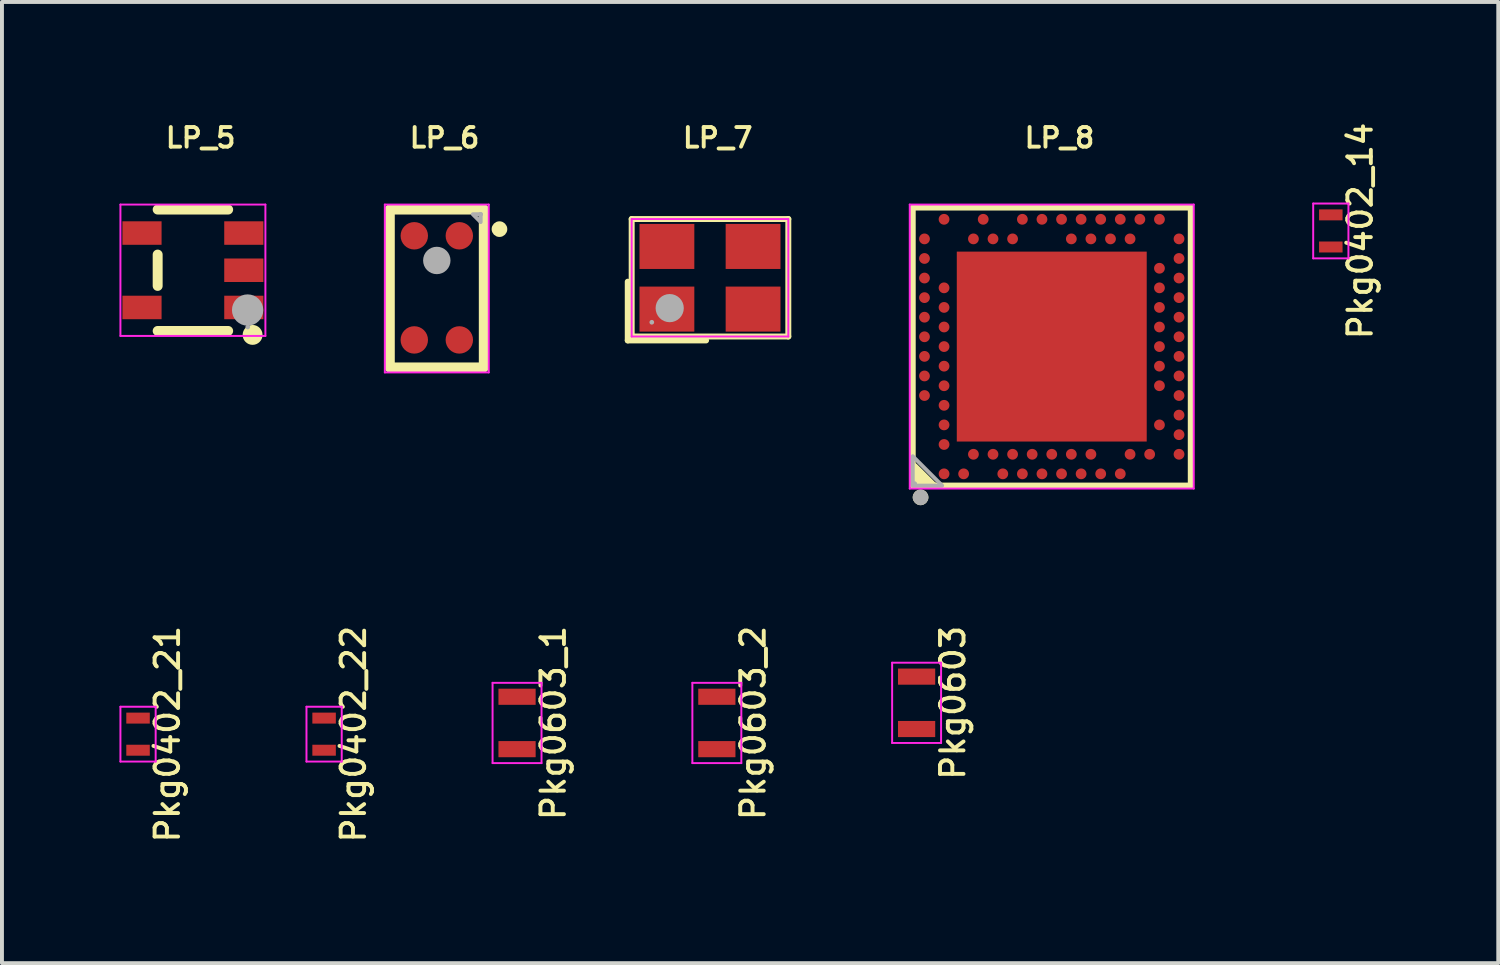
<source format=kicad_pcb>
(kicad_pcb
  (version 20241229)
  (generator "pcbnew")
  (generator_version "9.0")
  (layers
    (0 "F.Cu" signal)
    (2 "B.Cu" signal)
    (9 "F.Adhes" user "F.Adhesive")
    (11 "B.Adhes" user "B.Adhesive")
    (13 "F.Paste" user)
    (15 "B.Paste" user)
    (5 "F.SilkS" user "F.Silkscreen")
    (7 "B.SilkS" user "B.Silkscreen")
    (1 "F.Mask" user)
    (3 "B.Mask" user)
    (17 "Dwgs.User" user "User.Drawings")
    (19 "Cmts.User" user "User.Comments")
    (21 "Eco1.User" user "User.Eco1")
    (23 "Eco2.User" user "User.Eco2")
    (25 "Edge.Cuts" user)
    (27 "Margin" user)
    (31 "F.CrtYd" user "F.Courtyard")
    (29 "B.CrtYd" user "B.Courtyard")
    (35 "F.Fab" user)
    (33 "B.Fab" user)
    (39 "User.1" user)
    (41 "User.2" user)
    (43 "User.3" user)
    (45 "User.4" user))
  (footprint "LP_7"
    (layer "F.Cu")
    (at 15.08 4.043)
    (property "Reference" "LP_7" (at -0.75 -3.575 0) (layer "F.SilkS") (effects (font (size 0.5 0.5) (thickness 0.1)) (justify left)))
    (fp_line (start -2.1 0.1) (end -2.1 1.6) (stroke (width 0.152) (type solid)) (layer "F.SilkS"))
    (fp_line (start -2.1 1.6) (end -0.1 1.6) (stroke (width 0.152) (type solid)) (layer "F.SilkS"))
    (fp_line (start -2 -1.5) (end 2 -1.5) (stroke (width 0.152) (type solid)) (layer "F.SilkS"))
    (fp_line (start -2 1.5) (end -2 -1.5) (stroke (width 0.152) (type solid)) (layer "F.SilkS"))
    (fp_line (start 2 -1.5) (end 2 1.5) (stroke (width 0.152) (type solid)) (layer "F.SilkS"))
    (fp_line (start 2 1.5) (end -2 1.5) (stroke (width 0.152) (type solid)) (layer "F.SilkS"))
    (fp_line (start -2 -1.5) (end -2 1.5) (stroke (width 0.05) (type solid)) (layer "F.CrtYd"))
    (fp_line (start -2 1.5) (end 2 1.5) (stroke (width 0.05) (type solid)) (layer "F.CrtYd"))
    (fp_line (start 2 -1.5) (end -2 -1.5) (stroke (width 0.05) (type solid)) (layer "F.CrtYd"))
    (fp_line (start 2 1.5) (end 2 -1.5) (stroke (width 0.05) (type solid)) (layer "F.CrtYd"))
    (fp_arc (start -1.456 1.136) (mid -1.516 1.136) (end -1.456 1.136) (stroke (width 0.06) (type solid)) (layer "F.Fab"))
    (fp_arc (start -0.849 0.775) (mid -1.209 0.775) (end -0.849 0.775) (stroke (width 0.36) (type solid)) (layer "F.Fab"))
    (pad "1" smd rect (at -1.1 0.8) (size 1.4 1.15) (layers "F.Cu" "F.Mask" "F.Paste"))
    (pad "2" smd rect (at 1.1 0.8) (size 1.4 1.15) (layers "F.Cu" "F.Mask" "F.Paste"))
    (pad "3" smd rect (at 1.1 -0.8) (size 1.4 1.15) (layers "F.Cu" "F.Mask" "F.Paste"))
    (pad "4" smd rect (at -1.1 -0.8) (size 1.4 1.15) (layers "F.Cu" "F.Mask" "F.Paste")))
  (footprint "LP_5"
    (layer "F.Cu")
    (at 1.876 3.851)
    (property "Reference" "LP_5" (at -0.75 -3.383 0) (layer "F.SilkS") (effects (font (size 0.5 0.5) (thickness 0.1)) (justify left)))
    (fp_line (start -0.9 -1.55) (end 0.9 -1.55) (stroke (width 0.254) (type solid)) (layer "F.SilkS"))
    (fp_line (start -0.9 0.4) (end -0.9 -0.4) (stroke (width 0.254) (type solid)) (layer "F.SilkS"))
    (fp_line (start -0.9 1.55) (end 0.9 1.55) (stroke (width 0.254) (type solid)) (layer "F.SilkS"))
    (fp_arc (start 1.651 1.651) (mid 1.397 1.651) (end 1.651 1.651) (stroke (width 0.254) (type solid)) (layer "F.SilkS"))
    (fp_line (start -1.851 -1.677) (end -1.851 1.677) (stroke (width 0.05) (type solid)) (layer "F.CrtYd"))
    (fp_line (start -1.851 1.677) (end 1.851 1.677) (stroke (width 0.05) (type solid)) (layer "F.CrtYd"))
    (fp_line (start 1.851 -1.677) (end -1.851 -1.677) (stroke (width 0.05) (type solid)) (layer "F.CrtYd"))
    (fp_line (start 1.851 1.677) (end 1.851 -1.677) (stroke (width 0.05) (type solid)) (layer "F.CrtYd"))
    (fp_arc (start 1.43 1.45) (mid 1.37 1.45) (end 1.43 1.45) (stroke (width 0.06) (type solid)) (layer "F.Fab"))
    (fp_arc (start 1.597 1.016) (mid 1.197 1.016) (end 1.597 1.016) (stroke (width 0.4) (type solid)) (layer "F.Fab"))
    (pad "1" smd rect (at 1.3 0.95) (size 1 0.6) (layers "F.Cu" "F.Mask" "F.Paste"))
    (pad "2" smd rect (at 1.3 0) (size 1 0.6) (layers "F.Cu" "F.Mask" "F.Paste"))
    (pad "3" smd rect (at 1.3 -0.95) (size 1 0.6) (layers "F.Cu" "F.Mask" "F.Paste"))
    (pad "4" smd rect (at -1.3 -0.95) (size 1 0.6) (layers "F.Cu" "F.Mask" "F.Paste"))
    (pad "5" smd rect (at -1.3 0.95) (size 1 0.6) (layers "F.Cu" "F.Mask" "F.Paste")))
  (footprint "Pkg0603"
    (layer "F.Cu")
    (at 20.356 14.897)
    (property "Reference" "Pkg0603" (at 0.925 0 90) (layer "F.SilkS") (effects (font (size 0.6 0.6) (thickness 0.1))))
    (fp_line (start -0.625 -1.025) (end -0.625 1.025) (stroke (width 0.05) (type solid)) (layer "F.CrtYd"))
    (fp_line (start -0.625 1.025) (end 0.625 1.025) (stroke (width 0.05) (type solid)) (layer "F.CrtYd"))
    (fp_line (start 0.625 -1.025) (end -0.625 -1.025) (stroke (width 0.05) (type solid)) (layer "F.CrtYd"))
    (fp_line (start 0.625 1.025) (end 0.625 -1.025) (stroke (width 0.05) (type solid)) (layer "F.CrtYd"))
    (pad "1" smd rect (at 0 0.669) (size 0.95 0.412) (layers "F.Cu" "F.Mask" "F.Paste"))
    (pad "2" smd rect (at 0 -0.669) (size 0.95 0.412) (layers "F.Cu" "F.Mask" "F.Paste")))
  (footprint "Pkg0603_1"
    (layer "F.Cu")
    (at 10.153 15.411)
    (property "Reference" "Pkg0603_1" (at 0.925 0 90) (layer "F.SilkS") (effects (font (size 0.6 0.6) (thickness 0.1))))
    (fp_line (start -0.625 -1.025) (end -0.625 1.025) (stroke (width 0.05) (type solid)) (layer "F.CrtYd"))
    (fp_line (start -0.625 1.025) (end 0.625 1.025) (stroke (width 0.05) (type solid)) (layer "F.CrtYd"))
    (fp_line (start 0.625 -1.025) (end -0.625 -1.025) (stroke (width 0.05) (type solid)) (layer "F.CrtYd"))
    (fp_line (start 0.625 1.025) (end 0.625 -1.025) (stroke (width 0.05) (type solid)) (layer "F.CrtYd"))
    (pad "1" smd rect (at 0 0.669) (size 0.95 0.412) (layers "F.Cu" "F.Mask" "F.Paste"))
    (pad "2" smd rect (at 0 -0.669) (size 0.95 0.412) (layers "F.Cu" "F.Mask" "F.Paste")))
  (footprint "Pkg0603_2"
    (layer "F.Cu")
    (at 15.255 15.411)
    (property "Reference" "Pkg0603_2" (at 0.925 0 90) (layer "F.SilkS") (effects (font (size 0.6 0.6) (thickness 0.1))))
    (fp_line (start -0.625 -1.025) (end -0.625 1.025) (stroke (width 0.05) (type solid)) (layer "F.CrtYd"))
    (fp_line (start -0.625 1.025) (end 0.625 1.025) (stroke (width 0.05) (type solid)) (layer "F.CrtYd"))
    (fp_line (start 0.625 -1.025) (end -0.625 -1.025) (stroke (width 0.05) (type solid)) (layer "F.CrtYd"))
    (fp_line (start 0.625 1.025) (end 0.625 -1.025) (stroke (width 0.05) (type solid)) (layer "F.CrtYd"))
    (pad "1" smd rect (at 0 -0.669) (size 0.95 0.412) (layers "F.Cu" "F.Mask" "F.Paste"))
    (pad "2" smd rect (at 0 0.669) (size 0.95 0.412) (layers "F.Cu" "F.Mask" "F.Paste")))
  (footprint "LP_6"
    (layer "F.Cu")
    (at 8.104 4.317)
    (property "Reference" "LP_6" (at -0.75 -3.849 0) (layer "F.SilkS") (effects (font (size 0.5 0.5) (thickness 0.1)) (justify left)))
    (fp_line (start -1.2 -2.016) (end -1.2 2.016) (stroke (width 0.254) (type solid)) (layer "F.SilkS"))
    (fp_line (start -1.2 -2.016) (end 1.2 -2.016) (stroke (width 0.254) (type solid)) (layer "F.SilkS"))
    (fp_line (start -1.2 2.016) (end 1.2 2.016) (stroke (width 0.254) (type solid)) (layer "F.SilkS"))
    (fp_line (start 1.2 -2.016) (end 1.2 1.984) (stroke (width 0.254) (type solid)) (layer "F.SilkS"))
    (fp_arc (start 1.7 -1.516) (mid 1.5 -1.516) (end 1.7 -1.516) (stroke (width 0.2) (type solid)) (layer "F.SilkS"))
    (fp_line (start -1.327 -2.143) (end -1.327 2.143) (stroke (width 0.05) (type solid)) (layer "F.CrtYd"))
    (fp_line (start -1.327 2.143) (end 1.327 2.143) (stroke (width 0.05) (type solid)) (layer "F.CrtYd"))
    (fp_line (start 1.327 -2.143) (end -1.327 -2.143) (stroke (width 0.05) (type solid)) (layer "F.CrtYd"))
    (fp_line (start 1.327 2.143) (end 1.327 -2.143) (stroke (width 0.05) (type solid)) (layer "F.CrtYd"))
    (fp_arc (start 0.175 -0.716) (mid -0.175 -0.716) (end 0.175 -0.716) (stroke (width 0.35) (type solid)) (layer "F.Fab"))
    (fp_arc (start 1.15 -1.896) (mid 1.09 -1.896) (end 1.15 -1.896) (stroke (width 0.06) (type solid)) (layer "F.Fab"))
    (fp_poly (pts (xy 1.12 -1.896) (xy 0.92 -1.896) (xy 1.12 -1.696) (xy 1.12 -1.896)) (stroke (width 0.1) (type solid)) (fill no) (layer "F.Fab"))
    (pad "1" smd circle (at 0.575 -1.346) (size 0.7 0.7) (layers "F.Cu" "F.Mask" "F.Paste"))
    (pad "2" smd circle (at 0.575 1.313) (size 0.7 0.7) (layers "F.Cu" "F.Mask" "F.Paste"))
    (pad "3" smd circle (at -0.575 1.313) (size 0.7 0.7) (layers "F.Cu" "F.Mask" "F.Paste"))
    (pad "4" smd circle (at -0.575 -1.346) (size 0.7 0.7) (layers "F.Cu" "F.Mask" "F.Paste")))
  (footprint "Pkg0402_14"
    (layer "F.Cu")
    (at 30.933 2.847)
    (property "Reference" "Pkg0402_14" (at 0.75 0 90) (layer "F.SilkS") (effects (font (size 0.6 0.6) (thickness 0.1))))
    (fp_line (start -0.45 -0.7) (end -0.45 0.7) (stroke (width 0.05) (type solid)) (layer "F.CrtYd"))
    (fp_line (start -0.45 0.7) (end 0.45 0.7) (stroke (width 0.05) (type solid)) (layer "F.CrtYd"))
    (fp_line (start 0.45 -0.7) (end -0.45 -0.7) (stroke (width 0.05) (type solid)) (layer "F.CrtYd"))
    (fp_line (start 0.45 0.7) (end 0.45 -0.7) (stroke (width 0.05) (type solid)) (layer "F.CrtYd"))
    (pad "1" smd rect (at 0 -0.41) (size 0.6 0.28) (layers "F.Cu" "F.Mask" "F.Paste"))
    (pad "2" smd rect (at 0 0.41) (size 0.6 0.28) (layers "F.Cu" "F.Mask" "F.Paste")))
  (footprint "Pkg0402_21"
    (layer "F.Cu")
    (at 0.475 15.697)
    (property "Reference" "Pkg0402_21" (at 0.75 0 90) (layer "F.SilkS") (effects (font (size 0.6 0.6) (thickness 0.1))))
    (fp_line (start -0.45 -0.7) (end -0.45 0.7) (stroke (width 0.05) (type solid)) (layer "F.CrtYd"))
    (fp_line (start -0.45 0.7) (end 0.45 0.7) (stroke (width 0.05) (type solid)) (layer "F.CrtYd"))
    (fp_line (start 0.45 -0.7) (end -0.45 -0.7) (stroke (width 0.05) (type solid)) (layer "F.CrtYd"))
    (fp_line (start 0.45 0.7) (end 0.45 -0.7) (stroke (width 0.05) (type solid)) (layer "F.CrtYd"))
    (pad "1" smd rect (at 0 0.41) (size 0.6 0.28) (layers "F.Cu" "F.Mask" "F.Paste"))
    (pad "2" smd rect (at 0 -0.41) (size 0.6 0.28) (layers "F.Cu" "F.Mask" "F.Paste")))
  (footprint "LP_8"
    (layer "F.Cu")
    (at 23.807 5.8)
    (property "Reference" "LP_8" (at -0.75 -5.332 0) (layer "F.SilkS") (effects (font (size 0.5 0.5) (thickness 0.1)) (justify left)))
    (fp_line (start -3.55 -3.55) (end -3.55 3.55) (stroke (width 0.152) (type solid)) (layer "F.SilkS"))
    (fp_line (start -3.55 3.55) (end 3.55 3.55) (stroke (width 0.152) (type solid)) (layer "F.SilkS"))
    (fp_line (start -3.5 3.05) (end -3 3.55) (stroke (width 0.152) (type solid)) (layer "F.SilkS"))
    (fp_line (start -3 3.55) (end -2.991 3.55) (stroke (width 0.152) (type solid)) (layer "F.SilkS"))
    (fp_line (start 3.55 -3.55) (end -3.55 -3.55) (stroke (width 0.152) (type solid)) (layer "F.SilkS"))
    (fp_line (start 3.55 3.55) (end 3.55 -3.55) (stroke (width 0.152) (type solid)) (layer "F.SilkS"))
    (fp_arc (start -3.25 3.85) (mid -3.45 3.85) (end -3.25 3.85) (stroke (width 0.2) (type solid)) (layer "F.SilkS"))
    (fp_poly (pts (xy -3.55 3.55) (xy -3.55 3) (xy -3 3.55) (xy -3.55 3.55)) (stroke (width 0) (type solid)) (fill yes) (layer "F.SilkS"))
    (fp_line (start -3.626 -3.626) (end -3.626 3.626) (stroke (width 0.05) (type solid)) (layer "F.CrtYd"))
    (fp_line (start -3.626 3.626) (end 3.626 3.626) (stroke (width 0.05) (type solid)) (layer "F.CrtYd"))
    (fp_line (start 3.626 -3.626) (end -3.626 -3.626) (stroke (width 0.05) (type solid)) (layer "F.CrtYd"))
    (fp_line (start 3.626 3.626) (end 3.626 -3.626) (stroke (width 0.05) (type solid)) (layer "F.CrtYd"))
    (fp_arc (start -3.47 3.5) (mid -3.53 3.5) (end -3.47 3.5) (stroke (width 0.06) (type solid)) (layer "F.Fab"))
    (fp_arc (start -3.25 3.85) (mid -3.45 3.85) (end -3.25 3.85) (stroke (width 0.2) (type solid)) (layer "F.Fab"))
    (fp_poly (pts (xy -3.55 2.8) (xy -3.55 3.55) (xy -2.8 3.55) (xy -3.55 2.8)) (stroke (width 0.1) (type solid)) (fill no) (layer "F.Fab"))
    (pad "74" smd rect (at 0 0) (size 4.85 4.85) (layers "F.Cu" "F.Mask" "F.Paste"))
    (pad "A8" smd circle (at -3.25 1.25) (size 0.275 0.275) (layers "F.Cu" "F.Mask" "F.Paste"))
    (pad "A10" smd circle (at -3.25 0.75) (size 0.275 0.275) (layers "F.Cu" "F.Mask" "F.Paste"))
    (pad "A12" smd circle (at -3.25 0.25) (size 0.275 0.275) (layers "F.Cu" "F.Mask" "F.Paste"))
    (pad "A14" smd circle (at -3.25 -0.25) (size 0.275 0.275) (layers "F.Cu" "F.Mask" "F.Paste"))
    (pad "A16" smd circle (at -3.25 -0.75) (size 0.275 0.275) (layers "F.Cu" "F.Mask" "F.Paste"))
    (pad "A18" smd circle (at -3.25 -1.25) (size 0.275 0.275) (layers "F.Cu" "F.Mask" "F.Paste"))
    (pad "A20" smd circle (at -3.25 -1.75) (size 0.275 0.275) (layers "F.Cu" "F.Mask" "F.Paste"))
    (pad "A22" smd circle (at -3.25 -2.25) (size 0.275 0.275) (layers "F.Cu" "F.Mask" "F.Paste"))
    (pad "A23" smd circle (at -3.25 -2.75) (size 0.275 0.275) (layers "F.Cu" "F.Mask" "F.Paste"))
    (pad "AA24" smd circle (at 2.25 -3.25) (size 0.275 0.275) (layers "F.Cu" "F.Mask" "F.Paste"))
    (pad "AB2" smd circle (at 2.5 2.75) (size 0.275 0.275) (layers "F.Cu" "F.Mask" "F.Paste"))
    (pad "AC5" smd circle (at 2.75 2) (size 0.275 0.275) (layers "F.Cu" "F.Mask" "F.Paste"))
    (pad "AC9" smd circle (at 2.75 1) (size 0.275 0.275) (layers "F.Cu" "F.Mask" "F.Paste"))
    (pad "AC11" smd circle (at 2.75 0.5) (size 0.275 0.275) (layers "F.Cu" "F.Mask" "F.Paste"))
    (pad "AC13" smd circle (at 2.75 0) (size 0.275 0.275) (layers "F.Cu" "F.Mask" "F.Paste"))
    (pad "AC15" smd circle (at 2.75 -0.5) (size 0.275 0.275) (layers "F.Cu" "F.Mask" "F.Paste"))
    (pad "AC17" smd circle (at 2.75 -1) (size 0.275 0.275) (layers "F.Cu" "F.Mask" "F.Paste"))
    (pad "AC19" smd circle (at 2.75 -1.5) (size 0.275 0.275) (layers "F.Cu" "F.Mask" "F.Paste"))
    (pad "AC21" smd circle (at 2.75 -2) (size 0.275 0.275) (layers "F.Cu" "F.Mask" "F.Paste"))
    (pad "AC24" smd circle (at 2.75 -3.25) (size 0.275 0.275) (layers "F.Cu" "F.Mask" "F.Paste"))
    (pad "AD2" smd circle (at 3.25 2.75) (size 0.275 0.275) (layers "F.Cu" "F.Mask" "F.Paste"))
    (pad "AD4" smd circle (at 3.25 2.25) (size 0.275 0.275) (layers "F.Cu" "F.Mask" "F.Paste"))
    (pad "AD6" smd circle (at 3.25 1.75) (size 0.275 0.275) (layers "F.Cu" "F.Mask" "F.Paste"))
    (pad "AD8" smd circle (at 3.25 1.25) (size 0.275 0.275) (layers "F.Cu" "F.Mask" "F.Paste"))
    (pad "AD10" smd circle (at 3.25 0.75) (size 0.275 0.275) (layers "F.Cu" "F.Mask" "F.Paste"))
    (pad "AD12" smd circle (at 3.25 0.25) (size 0.275 0.275) (layers "F.Cu" "F.Mask" "F.Paste"))
    (pad "AD14" smd circle (at 3.25 -0.25) (size 0.275 0.275) (layers "F.Cu" "F.Mask" "F.Paste"))
    (pad "AD16" smd circle (at 3.25 -0.75) (size 0.275 0.275) (layers "F.Cu" "F.Mask" "F.Paste"))
    (pad "AD18" smd circle (at 3.25 -1.25) (size 0.275 0.275) (layers "F.Cu" "F.Mask" "F.Paste"))
    (pad "AD20" smd circle (at 3.25 -1.75) (size 0.275 0.275) (layers "F.Cu" "F.Mask" "F.Paste"))
    (pad "AD22" smd circle (at 3.25 -2.25) (size 0.275 0.275) (layers "F.Cu" "F.Mask" "F.Paste"))
    (pad "AD23" smd circle (at 3.25 -2.75) (size 0.275 0.275) (layers "F.Cu" "F.Mask" "F.Paste"))
    (pad "B1" smd circle (at -2.75 3.25) (size 0.275 0.275) (layers "F.Cu" "F.Mask" "F.Paste"))
    (pad "B3" smd circle (at -2.75 2.5) (size 0.275 0.275) (layers "F.Cu" "F.Mask" "F.Paste"))
    (pad "B5" smd circle (at -2.75 2) (size 0.275 0.275) (layers "F.Cu" "F.Mask" "F.Paste"))
    (pad "B7" smd circle (at -2.75 1.5) (size 0.275 0.275) (layers "F.Cu" "F.Mask" "F.Paste"))
    (pad "B9" smd circle (at -2.75 1) (size 0.275 0.275) (layers "F.Cu" "F.Mask" "F.Paste"))
    (pad "B11" smd circle (at -2.75 0.5) (size 0.275 0.275) (layers "F.Cu" "F.Mask" "F.Paste"))
    (pad "B13" smd circle (at -2.75 0) (size 0.275 0.275) (layers "F.Cu" "F.Mask" "F.Paste"))
    (pad "B15" smd circle (at -2.75 -0.5) (size 0.275 0.275) (layers "F.Cu" "F.Mask" "F.Paste"))
    (pad "B17" smd circle (at -2.75 -1) (size 0.275 0.275) (layers "F.Cu" "F.Mask" "F.Paste"))
    (pad "B19" smd circle (at -2.75 -1.5) (size 0.275 0.275) (layers "F.Cu" "F.Mask" "F.Paste"))
    (pad "B24" smd circle (at -2.75 -3.25) (size 0.275 0.275) (layers "F.Cu" "F.Mask" "F.Paste"))
    (pad "C1" smd circle (at -2.25 3.25) (size 0.275 0.275) (layers "F.Cu" "F.Mask" "F.Paste"))
    (pad "D2" smd circle (at -2 2.75) (size 0.275 0.275) (layers "F.Cu" "F.Mask" "F.Paste"))
    (pad "D23" smd circle (at -2 -2.75) (size 0.275 0.275) (layers "F.Cu" "F.Mask" "F.Paste"))
    (pad "E24" smd circle (at -1.75 -3.25) (size 0.275 0.275) (layers "F.Cu" "F.Mask" "F.Paste"))
    (pad "F2" smd circle (at -1.5 2.75) (size 0.275 0.275) (layers "F.Cu" "F.Mask" "F.Paste"))
    (pad "F23" smd circle (at -1.5 -2.75) (size 0.275 0.275) (layers "F.Cu" "F.Mask" "F.Paste"))
    (pad "G1" smd circle (at -1.25 3.25) (size 0.275 0.275) (layers "F.Cu" "F.Mask" "F.Paste"))
    (pad "H2" smd circle (at -1 2.75) (size 0.275 0.275) (layers "F.Cu" "F.Mask" "F.Paste"))
    (pad "H23" smd circle (at -1 -2.75) (size 0.275 0.275) (layers "F.Cu" "F.Mask" "F.Paste"))
    (pad "J1" smd circle (at -0.75 3.25) (size 0.275 0.275) (layers "F.Cu" "F.Mask" "F.Paste"))
    (pad "J24" smd circle (at -0.75 -3.25) (size 0.275 0.275) (layers "F.Cu" "F.Mask" "F.Paste"))
    (pad "K2" smd circle (at -0.5 2.75) (size 0.275 0.275) (layers "F.Cu" "F.Mask" "F.Paste"))
    (pad "L1" smd circle (at -0.25 3.25) (size 0.275 0.275) (layers "F.Cu" "F.Mask" "F.Paste"))
    (pad "L24" smd circle (at -0.25 -3.25) (size 0.275 0.275) (layers "F.Cu" "F.Mask" "F.Paste"))
    (pad "M2" smd circle (at 0 2.75) (size 0.275 0.275) (layers "F.Cu" "F.Mask" "F.Paste"))
    (pad "N1" smd circle (at 0.25 3.25) (size 0.275 0.275) (layers "F.Cu" "F.Mask" "F.Paste"))
    (pad "N24" smd circle (at 0.25 -3.25) (size 0.275 0.275) (layers "F.Cu" "F.Mask" "F.Paste"))
    (pad "P2" smd circle (at 0.5 2.75) (size 0.275 0.275) (layers "F.Cu" "F.Mask" "F.Paste"))
    (pad "P23" smd circle (at 0.5 -2.75) (size 0.275 0.275) (layers "F.Cu" "F.Mask" "F.Paste"))
    (pad "R1" smd circle (at 0.75 3.25) (size 0.275 0.275) (layers "F.Cu" "F.Mask" "F.Paste"))
    (pad "R24" smd circle (at 0.75 -3.25) (size 0.275 0.275) (layers "F.Cu" "F.Mask" "F.Paste"))
    (pad "T2" smd circle (at 1 2.75) (size 0.275 0.275) (layers "F.Cu" "F.Mask" "F.Paste"))
    (pad "T23" smd circle (at 1 -2.75) (size 0.275 0.275) (layers "F.Cu" "F.Mask" "F.Paste"))
    (pad "U1" smd circle (at 1.25 3.25) (size 0.275 0.275) (layers "F.Cu" "F.Mask" "F.Paste"))
    (pad "U24" smd circle (at 1.25 -3.25) (size 0.275 0.275) (layers "F.Cu" "F.Mask" "F.Paste"))
    (pad "V23" smd circle (at 1.5 -2.75) (size 0.275 0.275) (layers "F.Cu" "F.Mask" "F.Paste"))
    (pad "W1" smd circle (at 1.75 3.25) (size 0.275 0.275) (layers "F.Cu" "F.Mask" "F.Paste"))
    (pad "W24" smd circle (at 1.75 -3.25) (size 0.275 0.275) (layers "F.Cu" "F.Mask" "F.Paste"))
    (pad "Y2" smd circle (at 2 2.75) (size 0.275 0.275) (layers "F.Cu" "F.Mask" "F.Paste"))
    (pad "Y23" smd circle (at 2 -2.75) (size 0.275 0.275) (layers "F.Cu" "F.Mask" "F.Paste")))
  (footprint "Pkg0402_22"
    (layer "F.Cu")
    (at 5.226 15.697)
    (property "Reference" "Pkg0402_22" (at 0.75 0 90) (layer "F.SilkS") (effects (font (size 0.6 0.6) (thickness 0.1))))
    (fp_line (start -0.45 -0.7) (end -0.45 0.7) (stroke (width 0.05) (type solid)) (layer "F.CrtYd"))
    (fp_line (start -0.45 0.7) (end 0.45 0.7) (stroke (width 0.05) (type solid)) (layer "F.CrtYd"))
    (fp_line (start 0.45 -0.7) (end -0.45 -0.7) (stroke (width 0.05) (type solid)) (layer "F.CrtYd"))
    (fp_line (start 0.45 0.7) (end 0.45 -0.7) (stroke (width 0.05) (type solid)) (layer "F.CrtYd"))
    (pad "1" smd rect (at 0 -0.41) (size 0.6 0.28) (layers "F.Cu" "F.Mask" "F.Paste"))
    (pad "2" smd rect (at 0 0.41) (size 0.6 0.28) (layers "F.Cu" "F.Mask" "F.Paste")))
  (gr_rect
    (start -3 -3)
    (end 35.209 21.544)
    (stroke (width 0.1) (type default))
    (fill no)
    (layer "Edge.Cuts")))
</source>
